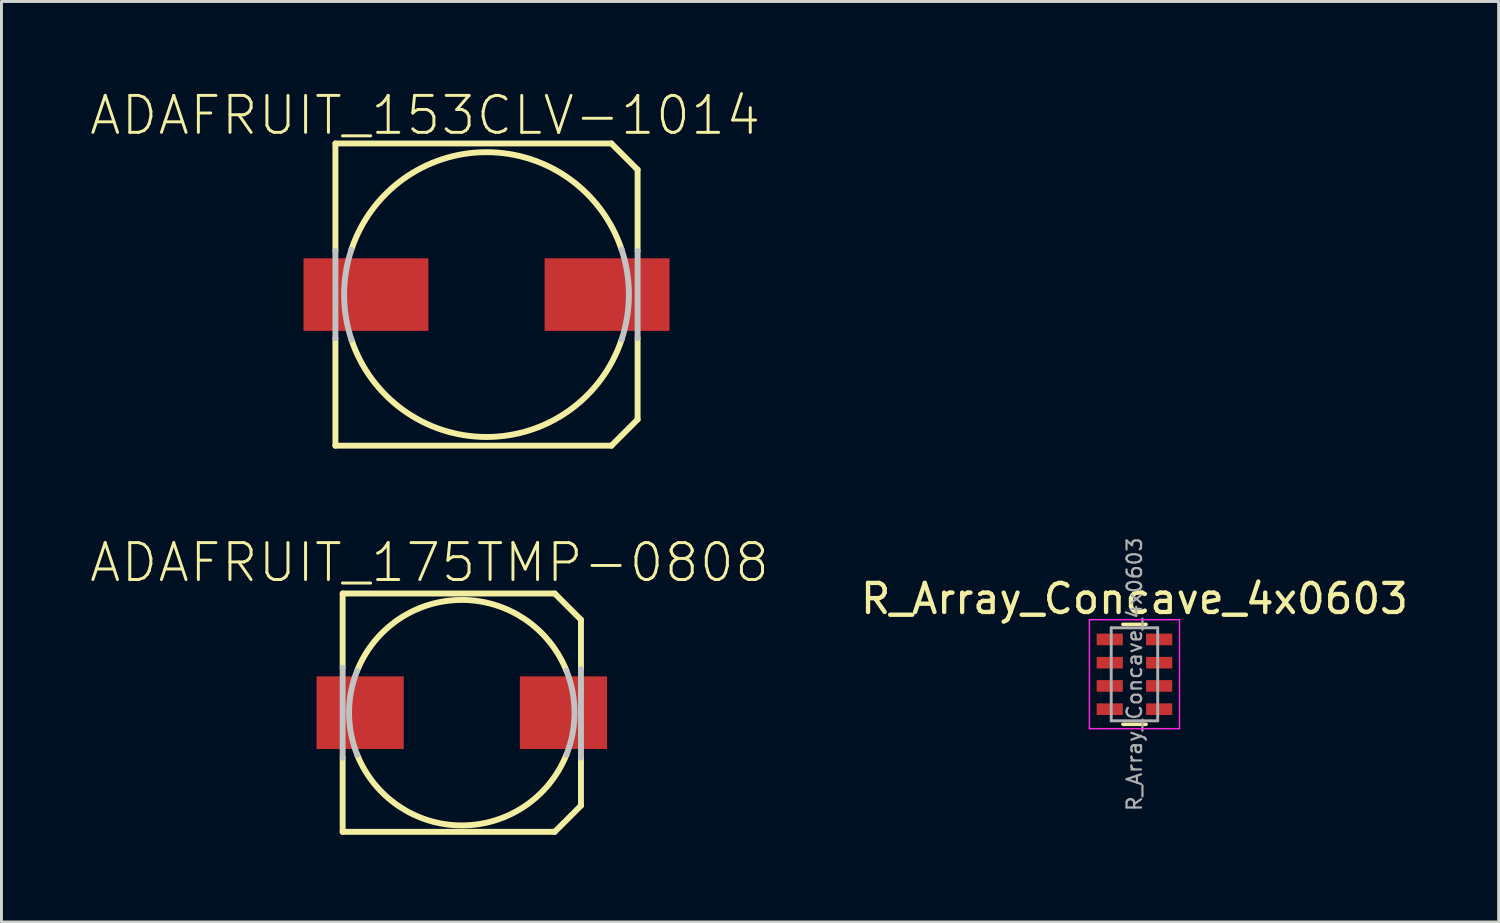
<source format=kicad_pcb>
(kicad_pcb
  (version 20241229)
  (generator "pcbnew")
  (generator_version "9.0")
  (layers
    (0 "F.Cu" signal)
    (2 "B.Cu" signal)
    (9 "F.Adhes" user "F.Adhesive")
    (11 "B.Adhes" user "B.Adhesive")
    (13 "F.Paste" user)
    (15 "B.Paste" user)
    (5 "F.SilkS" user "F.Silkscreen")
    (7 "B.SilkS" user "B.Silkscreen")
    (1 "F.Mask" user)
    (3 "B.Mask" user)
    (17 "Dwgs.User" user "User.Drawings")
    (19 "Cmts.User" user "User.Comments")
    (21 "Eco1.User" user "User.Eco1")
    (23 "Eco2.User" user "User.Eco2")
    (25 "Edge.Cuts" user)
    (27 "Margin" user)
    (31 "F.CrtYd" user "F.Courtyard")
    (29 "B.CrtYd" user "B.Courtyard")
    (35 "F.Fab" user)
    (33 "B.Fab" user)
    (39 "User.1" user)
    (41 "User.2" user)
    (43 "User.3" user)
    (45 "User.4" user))
  (footprint "R_Array_Concave_4x0603"
    (layer "F.Cu")
    (at 35.985 20.152)
    (property "Reference" "R_Array_Concave_4x0603" (at 0 -2.6 0) (layer "F.SilkS") (effects (font (size 1 1) (thickness 0.15))))
    (attr smd)
    (fp_line (start 0.4 -1.72) (end -0.4 -1.72) (stroke (width 0.12) (type solid)) (layer "F.SilkS"))
    (fp_line (start 0.4 1.72) (end -0.4 1.72) (stroke (width 0.12) (type solid)) (layer "F.SilkS"))
    (fp_line (start -1.55 -1.88) (end -1.55 1.87) (stroke (width 0.05) (type solid)) (layer "F.CrtYd"))
    (fp_line (start -1.55 -1.88) (end 1.55 -1.88) (stroke (width 0.05) (type solid)) (layer "F.CrtYd"))
    (fp_line (start 1.55 1.87) (end -1.55 1.87) (stroke (width 0.05) (type solid)) (layer "F.CrtYd"))
    (fp_line (start 1.55 1.87) (end 1.55 -1.88) (stroke (width 0.05) (type solid)) (layer "F.CrtYd"))
    (fp_line (start -0.8 -1.6) (end 0.8 -1.6) (stroke (width 0.1) (type solid)) (layer "F.Fab"))
    (fp_line (start -0.8 1.6) (end -0.8 -1.6) (stroke (width 0.1) (type solid)) (layer "F.Fab"))
    (fp_line (start 0.8 -1.6) (end 0.8 1.6) (stroke (width 0.1) (type solid)) (layer "F.Fab"))
    (fp_line (start 0.8 1.6) (end -0.8 1.6) (stroke (width 0.1) (type solid)) (layer "F.Fab"))
    (fp_text user "${REFERENCE}" (at 0 0 90) (layer "F.Fab") (effects (font (size 0.5 0.5) (thickness 0.075))))
    (pad "1" smd rect (at -0.85 -1.2) (size 0.9 0.4) (layers "F.Cu" "F.Mask" "F.Paste"))
    (pad "2" smd rect (at -0.85 -0.4) (size 0.9 0.4) (layers "F.Cu" "F.Mask" "F.Paste"))
    (pad "3" smd rect (at -0.85 0.4) (size 0.9 0.4) (layers "F.Cu" "F.Mask" "F.Paste"))
    (pad "4" smd rect (at -0.85 1.2) (size 0.9 0.4) (layers "F.Cu" "F.Mask" "F.Paste"))
    (pad "5" smd rect (at 0.85 1.2) (size 0.9 0.4) (layers "F.Cu" "F.Mask" "F.Paste"))
    (pad "6" smd rect (at 0.85 0.4) (size 0.9 0.4) (layers "F.Cu" "F.Mask" "F.Paste"))
    (pad "7" smd rect (at 0.85 -0.4) (size 0.9 0.4) (layers "F.Cu" "F.Mask" "F.Paste"))
    (pad "8" smd rect (at 0.85 -1.2) (size 0.9 0.4) (layers "F.Cu" "F.Mask" "F.Paste")))
  (footprint "ADAFRUIT_175TMP-0808"
    (layer "F.Cu")
    (at 12.84 21.472)
    (property "Reference" "ADAFRUIT_175TMP-0808" (at -1.113 -5.164 0) (layer "F.SilkS") (effects (font (size 1.27 1.27) (thickness 0.102))))
    (attr smd)
    (fp_line (start -4.1 -4.1) (end 3.198 -4.1) (stroke (width 0.203) (type solid)) (layer "F.SilkS"))
    (fp_line (start -4.1 -1.549) (end -4.1 -4.1) (stroke (width 0.203) (type solid)) (layer "F.SilkS"))
    (fp_line (start -4.1 4.1) (end -4.1 1.549) (stroke (width 0.203) (type solid)) (layer "F.SilkS"))
    (fp_line (start 3.198 -4.1) (end 4.1 -3.198) (stroke (width 0.203) (type solid)) (layer "F.SilkS"))
    (fp_line (start 3.198 4.1) (end -4.1 4.1) (stroke (width 0.203) (type solid)) (layer "F.SilkS"))
    (fp_line (start 4.1 -3.198) (end 4.1 -1.499) (stroke (width 0.203) (type solid)) (layer "F.SilkS"))
    (fp_line (start 4.1 1.549) (end 4.1 3.198) (stroke (width 0.203) (type solid)) (layer "F.SilkS"))
    (fp_line (start 4.1 3.198) (end 3.198 4.1) (stroke (width 0.203) (type solid)) (layer "F.SilkS"))
    (fp_arc (start -3.59918 -1.4478) (mid -0.002514 -3.879461) (end 3.5973 -1.452464) (stroke (width 0.2032) (type solid)) (layer "F.SilkS"))
    (fp_arc (start 3.59918 1.4478) (mid 0.002514 3.879461) (end -3.5973 1.452464) (stroke (width 0.2032) (type solid)) (layer "F.SilkS"))
    (fp_line (start -4.1 1.549) (end -4.1 -1.549) (stroke (width 0.203) (type solid)) (layer "Dwgs.User"))
    (fp_line (start 4.1 -1.499) (end 4.1 1.549) (stroke (width 0.203) (type solid)) (layer "Dwgs.User"))
    (fp_arc (start -3.59918 1.4478) (mid -3.879461 0.000871) (end -3.59983 -1.446183) (stroke (width 0.2032) (type solid)) (layer "Dwgs.User"))
    (fp_arc (start 3.59918 -1.4478) (mid 3.879461 -0.000871) (end 3.59983 1.446183) (stroke (width 0.2032) (type solid)) (layer "Dwgs.User"))
    (pad "+" smd rect (at 3.498 0) (size 3 2.499) (layers "F.Cu" "F.Mask" "F.Paste"))
    (pad "-" smd rect (at -3.498 0) (size 3 2.499) (layers "F.Cu" "F.Mask" "F.Paste")))
  (footprint "ADAFRUIT_153CLV-1014"
    (layer "F.Cu")
    (at 13.69 7.086)
    (property "Reference" "ADAFRUIT_153CLV-1014" (at -2.113 -6.165 0) (layer "F.SilkS") (effects (font (size 1.27 1.27) (thickness 0.102))))
    (attr smd)
    (fp_line (start -5.199 -5.199) (end 4.298 -5.199) (stroke (width 0.203) (type solid)) (layer "F.SilkS"))
    (fp_line (start -5.199 -1.499) (end -5.199 -5.199) (stroke (width 0.203) (type solid)) (layer "F.SilkS"))
    (fp_line (start -5.199 5.199) (end -5.199 1.499) (stroke (width 0.203) (type solid)) (layer "F.SilkS"))
    (fp_line (start 4.298 -5.199) (end 5.199 -4.298) (stroke (width 0.203) (type solid)) (layer "F.SilkS"))
    (fp_line (start 4.298 5.199) (end -5.199 5.199) (stroke (width 0.203) (type solid)) (layer "F.SilkS"))
    (fp_line (start 5.199 -4.298) (end 5.199 -1.499) (stroke (width 0.203) (type solid)) (layer "F.SilkS"))
    (fp_line (start 5.199 1.499) (end 5.199 4.298) (stroke (width 0.203) (type solid)) (layer "F.SilkS"))
    (fp_line (start 5.199 4.298) (end 4.298 5.199) (stroke (width 0.203) (type solid)) (layer "F.SilkS"))
    (fp_arc (start -4.6482 -1.5494) (mid -0.001287 -4.899633) (end 4.647385 -1.551842) (stroke (width 0.2032) (type solid)) (layer "F.SilkS"))
    (fp_arc (start 4.6482 1.5494) (mid 0.001287 4.899633) (end -4.647385 1.551842) (stroke (width 0.2032) (type solid)) (layer "F.SilkS"))
    (fp_line (start -5.199 1.499) (end -5.199 -1.499) (stroke (width 0.203) (type solid)) (layer "Dwgs.User"))
    (fp_line (start 5.199 -1.499) (end 5.199 1.499) (stroke (width 0.203) (type solid)) (layer "Dwgs.User"))
    (fp_arc (start -4.6482 1.5494) (mid -4.899632 0.002989) (end -4.650087 -1.543728) (stroke (width 0.2032) (type solid)) (layer "Dwgs.User"))
    (fp_arc (start 4.6482 -1.5494) (mid 4.899632 -0.002989) (end 4.650087 1.543728) (stroke (width 0.2032) (type solid)) (layer "Dwgs.User"))
    (pad "+" smd rect (at 4.148 0) (size 4.298 2.499) (layers "F.Cu" "F.Mask" "F.Paste"))
    (pad "-" smd rect (at -4.148 0) (size 4.298 2.499) (layers "F.Cu" "F.Mask" "F.Paste")))
  (gr_rect
    (start -3 -3)
    (end 48.515 28.673)
    (stroke (width 0.1) (type default))
    (fill no)
    (layer "Edge.Cuts")))
</source>
